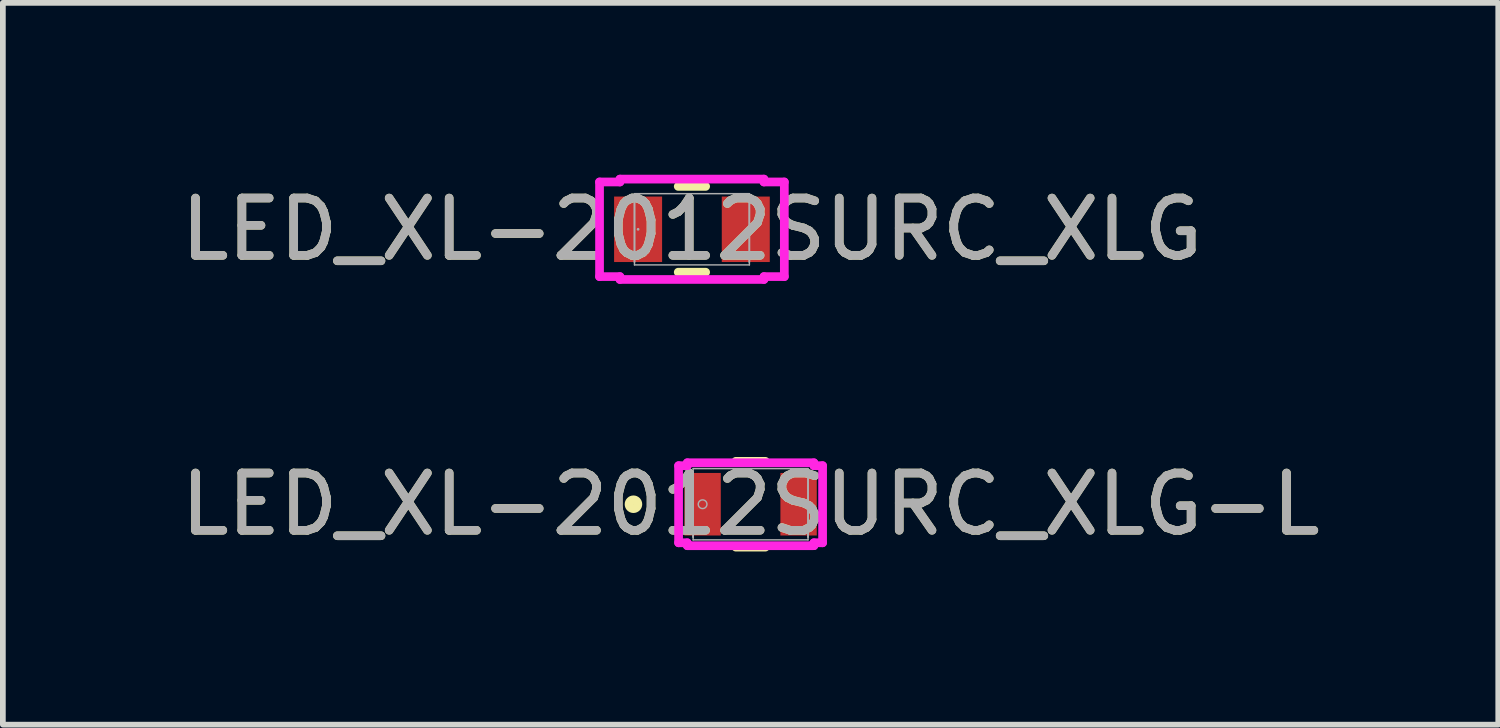
<source format=kicad_pcb>
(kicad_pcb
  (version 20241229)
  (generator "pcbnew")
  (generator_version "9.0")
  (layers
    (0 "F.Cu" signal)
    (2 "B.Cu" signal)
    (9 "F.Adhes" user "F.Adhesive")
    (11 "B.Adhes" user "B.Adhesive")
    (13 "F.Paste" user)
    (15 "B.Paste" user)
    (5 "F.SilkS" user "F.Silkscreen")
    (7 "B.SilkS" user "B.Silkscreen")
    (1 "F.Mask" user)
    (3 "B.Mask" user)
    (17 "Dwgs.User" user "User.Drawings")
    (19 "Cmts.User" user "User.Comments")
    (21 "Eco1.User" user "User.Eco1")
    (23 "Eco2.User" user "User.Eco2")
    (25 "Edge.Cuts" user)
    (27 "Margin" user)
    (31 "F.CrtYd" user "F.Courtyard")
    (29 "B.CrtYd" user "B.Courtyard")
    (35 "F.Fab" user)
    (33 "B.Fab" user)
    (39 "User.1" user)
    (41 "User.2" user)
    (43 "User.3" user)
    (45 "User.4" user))
  (footprint "LED_XL-2012SURC_XLG"
    (layer "F.Cu")
    (at 9.03 0.953)
    (property "Reference" "LED_XL-2012SURC_XLG" (at 0 0 0) (unlocked yes) (layer "F.SilkS") (effects (font (size 1 1) (thickness 0.15))))
    (attr smd)
    (fp_line (start -0.239 0.749) (end 0.239 0.749) (stroke (width 0.152) (type solid)) (layer "F.SilkS"))
    (fp_line (start 0.239 -0.749) (end -0.239 -0.749) (stroke (width 0.152) (type solid)) (layer "F.SilkS"))
    (fp_line (start -1.613 -0.826) (end -1.257 -0.826) (stroke (width 0.152) (type solid)) (layer "F.CrtYd"))
    (fp_line (start -1.613 0.826) (end -1.613 -0.826) (stroke (width 0.152) (type solid)) (layer "F.CrtYd"))
    (fp_line (start -1.257 -0.876) (end 1.257 -0.876) (stroke (width 0.152) (type solid)) (layer "F.CrtYd"))
    (fp_line (start -1.257 -0.826) (end -1.257 -0.876) (stroke (width 0.152) (type solid)) (layer "F.CrtYd"))
    (fp_line (start -1.257 0.826) (end -1.613 0.826) (stroke (width 0.152) (type solid)) (layer "F.CrtYd"))
    (fp_line (start -1.257 0.876) (end -1.257 0.826) (stroke (width 0.152) (type solid)) (layer "F.CrtYd"))
    (fp_line (start 1.257 -0.876) (end 1.257 -0.826) (stroke (width 0.152) (type solid)) (layer "F.CrtYd"))
    (fp_line (start 1.257 -0.826) (end 1.613 -0.826) (stroke (width 0.152) (type solid)) (layer "F.CrtYd"))
    (fp_line (start 1.257 0.826) (end 1.257 0.876) (stroke (width 0.152) (type solid)) (layer "F.CrtYd"))
    (fp_line (start 1.257 0.876) (end -1.257 0.876) (stroke (width 0.152) (type solid)) (layer "F.CrtYd"))
    (fp_line (start 1.613 -0.826) (end 1.613 0.826) (stroke (width 0.152) (type solid)) (layer "F.CrtYd"))
    (fp_line (start 1.613 0.826) (end 1.257 0.826) (stroke (width 0.152) (type solid)) (layer "F.CrtYd"))
    (fp_line (start -1.003 -0.622) (end -1.003 0.622) (stroke (width 0.025) (type solid)) (layer "F.Fab"))
    (fp_line (start -1.003 -0.572) (end -1.003 -0.572) (stroke (width 0.025) (type solid)) (layer "F.Fab"))
    (fp_line (start -1.003 -0.572) (end -1.003 0.572) (stroke (width 0.025) (type solid)) (layer "F.Fab"))
    (fp_line (start -1.003 0.572) (end -1.003 -0.572) (stroke (width 0.025) (type solid)) (layer "F.Fab"))
    (fp_line (start -1.003 0.572) (end -1.003 0.572) (stroke (width 0.025) (type solid)) (layer "F.Fab"))
    (fp_line (start -1.003 0.622) (end 1.003 0.622) (stroke (width 0.025) (type solid)) (layer "F.Fab"))
    (fp_line (start 1.003 -0.622) (end -1.003 -0.622) (stroke (width 0.025) (type solid)) (layer "F.Fab"))
    (fp_line (start 1.003 -0.572) (end 1.003 -0.572) (stroke (width 0.025) (type solid)) (layer "F.Fab"))
    (fp_line (start 1.003 -0.572) (end 1.003 0.572) (stroke (width 0.025) (type solid)) (layer "F.Fab"))
    (fp_line (start 1.003 0.572) (end 1.003 -0.572) (stroke (width 0.025) (type solid)) (layer "F.Fab"))
    (fp_line (start 1.003 0.572) (end 1.003 0.572) (stroke (width 0.025) (type solid)) (layer "F.Fab"))
    (fp_line (start 1.003 0.622) (end 1.003 -0.622) (stroke (width 0.025) (type solid)) (layer "F.Fab"))
    (fp_circle (center -0.94 0) (end -0.94 0) (stroke (width 0.025) (type solid)) (fill no) (layer "F.Fab"))
    (fp_text user "${REFERENCE}" (at 0 0 0) (unlocked yes) (layer "F.Fab") (effects (font (size 1 1) (thickness 0.15))))
    (pad "1" smd rect (at -0.94 0) (size 0.838 1.143) (layers "F.Cu" "F.Mask" "F.Paste"))
    (pad "2" smd rect (at 0.94 0) (size 0.838 1.143) (layers "F.Cu" "F.Mask" "F.Paste"))
    (zone (net_name "") (layer "F.Cu") (hatch full 0.508) (connect_pads) (min_thickness 0.254) (filled_areas_thickness no) (keepout (tracks not_allowed) (vias not_allowed) (pads allowed) (copperpour not_allowed) (footprints allowed)) (placement (enabled no)) (fill) (polygon (pts (xy 8.56 0.381) (xy 9.5 0.381) (xy 9.5 1.524) (xy 8.56 1.524)))))
  (footprint "LED_XL-2012SURC_XLG-L"
    (layer "F.Cu")
    (at 10.054 5.753)
    (property "Reference" "LED_XL-2012SURC_XLG-L" (at 0 0 0) (unlocked yes) (layer "F.SilkS") (effects (font (size 1 1) (thickness 0.15))))
    (attr smd)
    (fp_line (start -0.257 0.749) (end 0.257 0.749) (stroke (width 0.152) (type solid)) (layer "F.SilkS"))
    (fp_line (start 0.257 -0.749) (end -0.257 -0.749) (stroke (width 0.152) (type solid)) (layer "F.SilkS"))
    (fp_circle (center -2.045 0) (end -1.968 0) (stroke (width 0.152) (type solid)) (fill no) (layer "F.SilkS"))
    (fp_line (start -1.257 -0.673) (end -1.105 -0.673) (stroke (width 0.152) (type solid)) (layer "F.CrtYd"))
    (fp_line (start -1.257 0.673) (end -1.257 -0.673) (stroke (width 0.152) (type solid)) (layer "F.CrtYd"))
    (fp_line (start -1.105 -0.724) (end 1.105 -0.724) (stroke (width 0.152) (type solid)) (layer "F.CrtYd"))
    (fp_line (start -1.105 -0.673) (end -1.105 -0.724) (stroke (width 0.152) (type solid)) (layer "F.CrtYd"))
    (fp_line (start -1.105 0.673) (end -1.257 0.673) (stroke (width 0.152) (type solid)) (layer "F.CrtYd"))
    (fp_line (start -1.105 0.724) (end -1.105 0.673) (stroke (width 0.152) (type solid)) (layer "F.CrtYd"))
    (fp_line (start 1.105 -0.724) (end 1.105 -0.673) (stroke (width 0.152) (type solid)) (layer "F.CrtYd"))
    (fp_line (start 1.105 -0.673) (end 1.257 -0.673) (stroke (width 0.152) (type solid)) (layer "F.CrtYd"))
    (fp_line (start 1.105 0.673) (end 1.105 0.724) (stroke (width 0.152) (type solid)) (layer "F.CrtYd"))
    (fp_line (start 1.105 0.724) (end -1.105 0.724) (stroke (width 0.152) (type solid)) (layer "F.CrtYd"))
    (fp_line (start 1.257 -0.673) (end 1.257 0.673) (stroke (width 0.152) (type solid)) (layer "F.CrtYd"))
    (fp_line (start 1.257 0.673) (end 1.105 0.673) (stroke (width 0.152) (type solid)) (layer "F.CrtYd"))
    (fp_line (start -1.003 -0.622) (end -1.003 0.622) (stroke (width 0.025) (type solid)) (layer "F.Fab"))
    (fp_line (start -1.003 -0.572) (end -1.003 -0.572) (stroke (width 0.025) (type solid)) (layer "F.Fab"))
    (fp_line (start -1.003 -0.572) (end -1.003 0.572) (stroke (width 0.025) (type solid)) (layer "F.Fab"))
    (fp_line (start -1.003 0.572) (end -1.003 -0.572) (stroke (width 0.025) (type solid)) (layer "F.Fab"))
    (fp_line (start -1.003 0.572) (end -1.003 0.572) (stroke (width 0.025) (type solid)) (layer "F.Fab"))
    (fp_line (start -1.003 0.622) (end 1.003 0.622) (stroke (width 0.025) (type solid)) (layer "F.Fab"))
    (fp_line (start 1.003 -0.622) (end -1.003 -0.622) (stroke (width 0.025) (type solid)) (layer "F.Fab"))
    (fp_line (start 1.003 -0.572) (end 1.003 -0.572) (stroke (width 0.025) (type solid)) (layer "F.Fab"))
    (fp_line (start 1.003 -0.572) (end 1.003 0.572) (stroke (width 0.025) (type solid)) (layer "F.Fab"))
    (fp_line (start 1.003 0.572) (end 1.003 -0.572) (stroke (width 0.025) (type solid)) (layer "F.Fab"))
    (fp_line (start 1.003 0.572) (end 1.003 0.572) (stroke (width 0.025) (type solid)) (layer "F.Fab"))
    (fp_line (start 1.003 0.622) (end 1.003 -0.622) (stroke (width 0.025) (type solid)) (layer "F.Fab"))
    (fp_circle (center -0.838 0) (end -0.762 0) (stroke (width 0.025) (type solid)) (fill no) (layer "F.Fab"))
    (fp_text user "${REFERENCE}" (at 0 0 0) (unlocked yes) (layer "F.Fab") (effects (font (size 1 1) (thickness 0.15))))
    (pad "1" smd rect (at -0.838 0) (size 0.635 1.092) (layers "F.Cu" "F.Mask" "F.Paste"))
    (pad "2" smd rect (at 0.838 0) (size 0.635 1.092) (layers "F.Cu" "F.Mask" "F.Paste"))
    (zone (net_name "") (layer "F.Cu") (hatch full 0.508) (connect_pads) (min_thickness 0.254) (filled_areas_thickness no) (keepout (tracks not_allowed) (vias not_allowed) (pads allowed) (copperpour not_allowed) (footprints allowed)) (placement (enabled no)) (fill) (polygon (pts (xy 9.584 5.182) (xy 10.523 5.182) (xy 10.523 6.325) (xy 9.584 6.325)))))
  (gr_rect
    (start -3 -3)
    (end 23.107 9.601)
    (stroke (width 0.1) (type default))
    (fill no)
    (layer "Edge.Cuts")))
</source>
